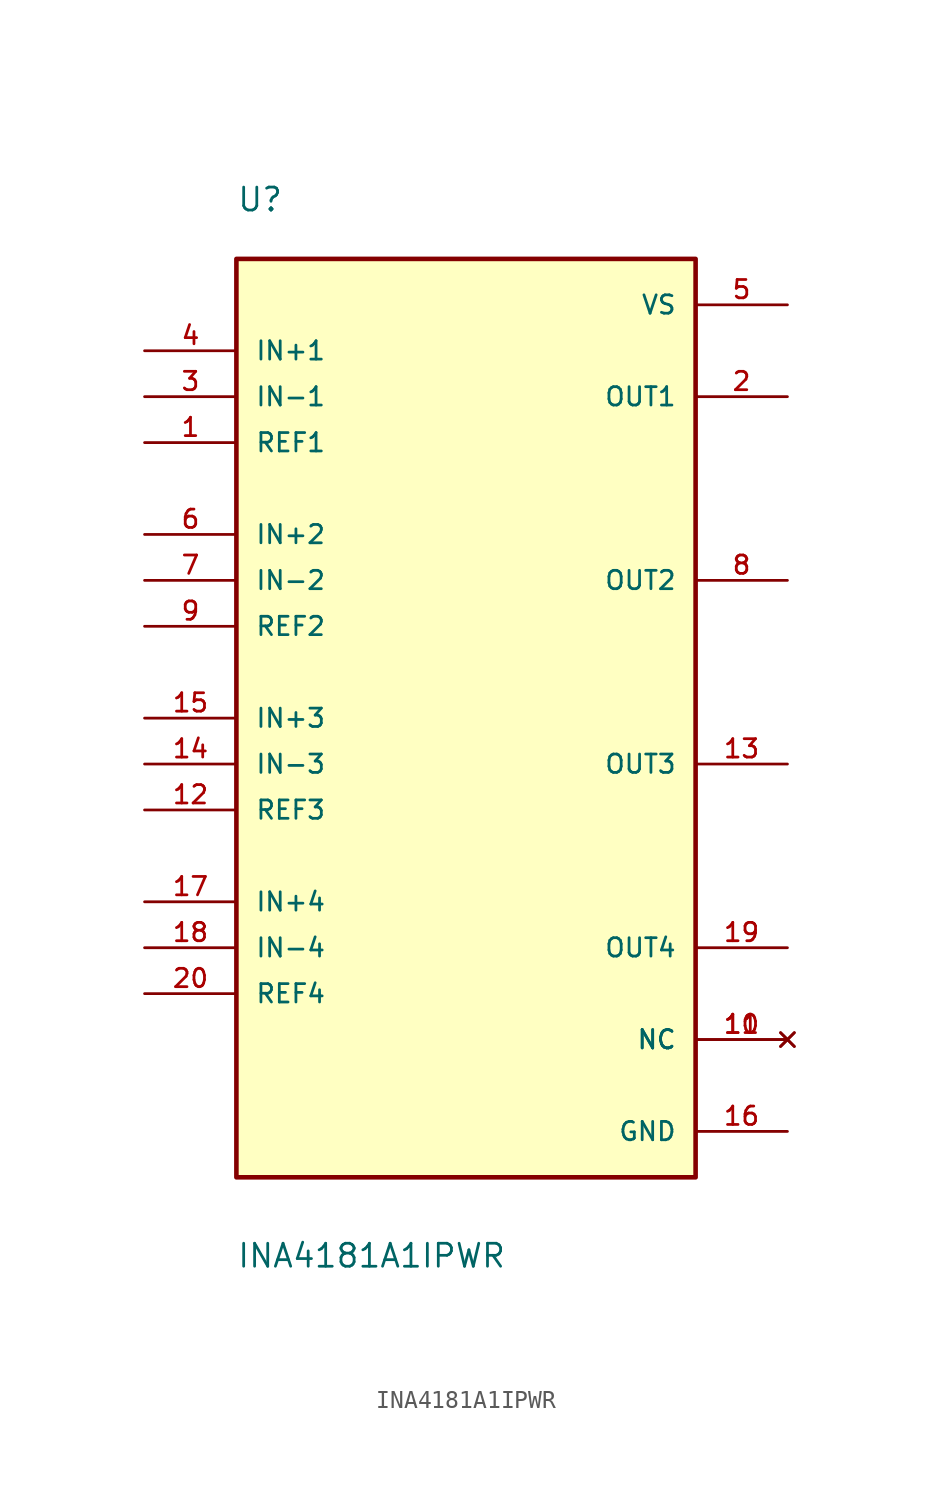
<source format=kicad_sym>
(kicad_symbol_lib
  (version 20211014)
  (generator kicad_symbol_editor)
  (symbol "INA4181A1IPWR"
    (pin_names
      (offset 1.016))
    (property "Reference" "U"
      (at -12.7 27.94 0.0)
      (effects (font (size 1.27 1.27)) (justify bottom left)))
    (property "Value" "INA4181A1IPWR"
      (at -12.7 -30.48 0.0)
      (effects (font (size 1.27 1.27)) (justify bottom left)))
    (symbol "INA4181A1IPWR_0_0"
      (rectangle (start -12.7 -25.4) (end 12.7 25.4) (stroke (width 0.254)) (fill (type background)))
      (pin input line (at -17.78 20.32 0) (length 5.08) (name "IN+1" (effects (font (size 1.016 1.016)))) (number "4" (effects (font (size 1.016 1.016)))))
      (pin input line (at -17.78 10.16 0) (length 5.08) (name "IN+2" (effects (font (size 1.016 1.016)))) (number "6" (effects (font (size 1.016 1.016)))))
      (pin input line (at -17.78 0.0 0) (length 5.08) (name "IN+3" (effects (font (size 1.016 1.016)))) (number "15" (effects (font (size 1.016 1.016)))))
      (pin input line (at -17.78 -10.16 0) (length 5.08) (name "IN+4" (effects (font (size 1.016 1.016)))) (number "17" (effects (font (size 1.016 1.016)))))
      (pin input line (at -17.78 17.78 0) (length 5.08) (name "IN-1" (effects (font (size 1.016 1.016)))) (number "3" (effects (font (size 1.016 1.016)))))
      (pin input line (at -17.78 7.62 0) (length 5.08) (name "IN-2" (effects (font (size 1.016 1.016)))) (number "7" (effects (font (size 1.016 1.016)))))
      (pin input line (at -17.78 -2.54 0) (length 5.08) (name "IN-3" (effects (font (size 1.016 1.016)))) (number "14" (effects (font (size 1.016 1.016)))))
      (pin input line (at -17.78 -12.7 0) (length 5.08) (name "IN-4" (effects (font (size 1.016 1.016)))) (number "18" (effects (font (size 1.016 1.016)))))
      (pin output line (at 17.78 17.78 180.0) (length 5.08) (name "OUT1" (effects (font (size 1.016 1.016)))) (number "2" (effects (font (size 1.016 1.016)))))
      (pin output line (at 17.78 7.62 180.0) (length 5.08) (name "OUT2" (effects (font (size 1.016 1.016)))) (number "8" (effects (font (size 1.016 1.016)))))
      (pin output line (at 17.78 -2.54 180.0) (length 5.08) (name "OUT3" (effects (font (size 1.016 1.016)))) (number "13" (effects (font (size 1.016 1.016)))))
      (pin output line (at 17.78 -12.7 180.0) (length 5.08) (name "OUT4" (effects (font (size 1.016 1.016)))) (number "19" (effects (font (size 1.016 1.016)))))
      (pin power_in line (at 17.78 -22.86 180.0) (length 5.08) (name "GND" (effects (font (size 1.016 1.016)))) (number "16" (effects (font (size 1.016 1.016)))))
      (pin no_connect line (at 17.78 -17.78 180.0) (length 5.08) (name "NC" (effects (font (size 1.016 1.016)))) (number "10" (effects (font (size 1.016 1.016)))))
      (pin no_connect line (at 17.78 -17.78 180.0) (length 5.08) (name "NC" (effects (font (size 1.016 1.016)))) (number "11" (effects (font (size 1.016 1.016)))))
      (pin input line (at -17.78 15.24 0) (length 5.08) (name "REF1" (effects (font (size 1.016 1.016)))) (number "1" (effects (font (size 1.016 1.016)))))
      (pin input line (at -17.78 5.08 0) (length 5.08) (name "REF2" (effects (font (size 1.016 1.016)))) (number "9" (effects (font (size 1.016 1.016)))))
      (pin input line (at -17.78 -5.08 0) (length 5.08) (name "REF3" (effects (font (size 1.016 1.016)))) (number "12" (effects (font (size 1.016 1.016)))))
      (pin input line (at -17.78 -15.24 0) (length 5.08) (name "REF4" (effects (font (size 1.016 1.016)))) (number "20" (effects (font (size 1.016 1.016)))))
      (pin power_in line (at 17.78 22.86 180.0) (length 5.08) (name "VS" (effects (font (size 1.016 1.016)))) (number "5" (effects (font (size 1.016 1.016))))))))
</source>
